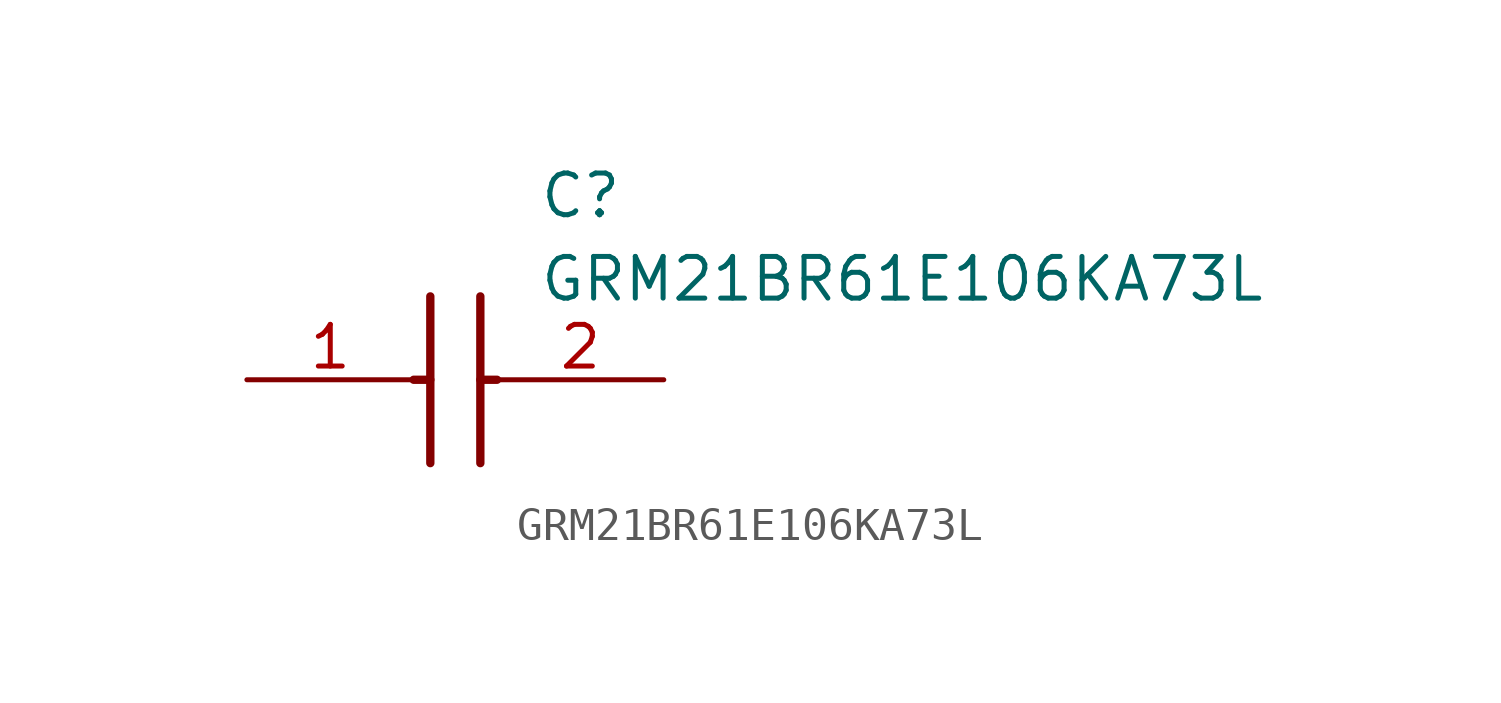
<source format=kicad_sym>
(kicad_symbol_lib
  (version 20220914)
  (generator kicad_symbol_editor)
  (symbol "GRM21BR61E106KA73L"
    (pin_names hide)
    (property "Reference" "C"
      (at 8.89 6.35 0)
      (effects (font (size 1.27 1.27)) (justify left top)))
    (property "Value" "GRM21BR61E106KA73L"
      (at 8.89 3.81 0)
      (effects (font (size 1.27 1.27)) (justify left top)))
    (symbol "GRM21BR61E106KA73L_1_1"
      (polyline (pts (xy 5.08 0) (xy 5.588 0)) (stroke (width 0.254) (type default)) (fill (type none)))
      (polyline (pts (xy 5.588 2.54) (xy 5.588 -2.54)) (stroke (width 0.254) (type default)) (fill (type none)))
      (polyline (pts (xy 7.112 0) (xy 7.62 0)) (stroke (width 0.254) (type default)) (fill (type none)))
      (polyline (pts (xy 7.112 2.54) (xy 7.112 -2.54)) (stroke (width 0.254) (type default)) (fill (type none)))
      (pin passive line (at 0 0 0) (length 5.08) (name "1" (effects (font (size 1.27 1.27)))) (number "1" (effects (font (size 1.27 1.27)))))
      (pin passive line (at 12.7 0 180) (length 5.08) (name "2" (effects (font (size 1.27 1.27)))) (number "2" (effects (font (size 1.27 1.27))))))))
</source>
